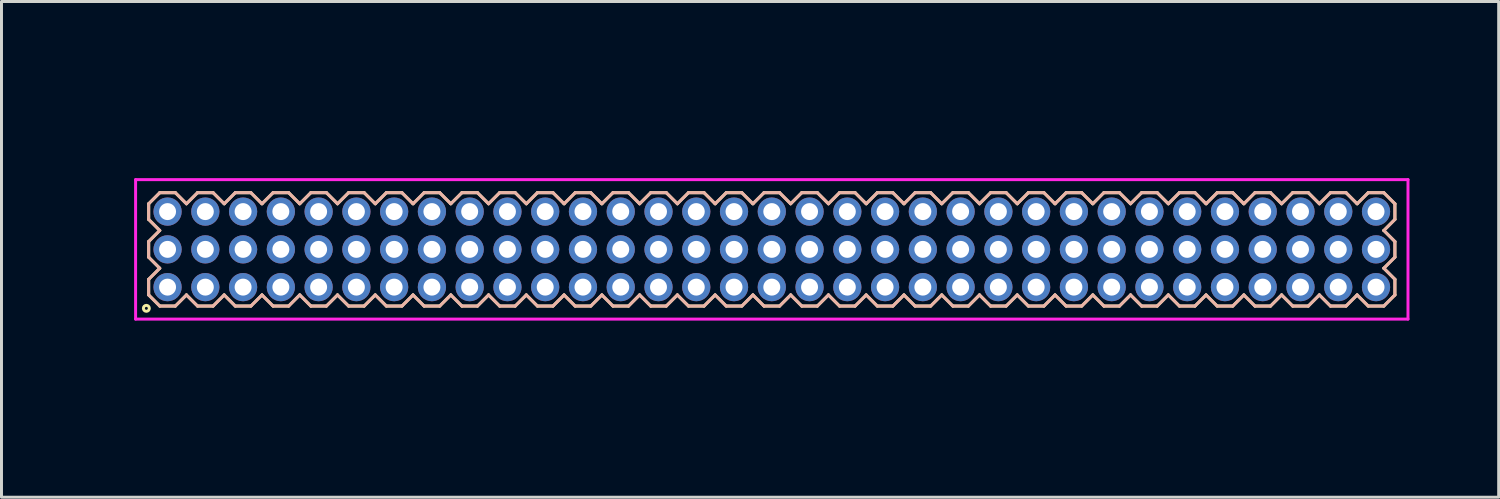
<source format=kicad_pcb>
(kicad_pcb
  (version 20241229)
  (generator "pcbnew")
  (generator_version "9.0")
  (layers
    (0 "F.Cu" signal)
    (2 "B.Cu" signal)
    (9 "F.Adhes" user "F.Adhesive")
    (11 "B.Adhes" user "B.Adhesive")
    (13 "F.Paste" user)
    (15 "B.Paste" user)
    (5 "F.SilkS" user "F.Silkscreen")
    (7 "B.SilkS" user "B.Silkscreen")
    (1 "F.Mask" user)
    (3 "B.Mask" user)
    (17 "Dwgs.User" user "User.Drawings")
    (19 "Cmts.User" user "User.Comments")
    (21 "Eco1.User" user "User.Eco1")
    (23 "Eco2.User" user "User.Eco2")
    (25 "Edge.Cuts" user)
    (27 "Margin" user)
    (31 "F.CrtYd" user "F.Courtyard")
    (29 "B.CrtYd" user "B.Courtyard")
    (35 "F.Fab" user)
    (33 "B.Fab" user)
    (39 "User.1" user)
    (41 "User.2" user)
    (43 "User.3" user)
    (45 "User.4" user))
  (footprint "HDR127P33x3"
    (layer "F.Cu")
    (at 22.905 5.336)
    (property "Reference" "HDR127P33x3" (at -22.145 0 90) (layer "User.1") (effects (font (size 1 1) (thickness 0.1))))
    (attr through_hole)
    (fp_line (start -20.955 -1.533) (end -20.583 -1.905) (stroke (width 0.1) (type solid)) (layer "F.SilkS"))
    (fp_line (start -20.955 -1.007) (end -20.955 -1.533) (stroke (width 0.1) (type solid)) (layer "F.SilkS"))
    (fp_line (start -20.955 -0.263) (end -20.583 -0.635) (stroke (width 0.1) (type solid)) (layer "F.SilkS"))
    (fp_line (start -20.955 0.263) (end -20.955 -0.263) (stroke (width 0.1) (type solid)) (layer "F.SilkS"))
    (fp_line (start -20.955 1.007) (end -20.583 0.635) (stroke (width 0.1) (type solid)) (layer "F.SilkS"))
    (fp_line (start -20.955 1.533) (end -20.955 1.007) (stroke (width 0.1) (type solid)) (layer "F.SilkS"))
    (fp_line (start -20.583 -1.905) (end -20.057 -1.905) (stroke (width 0.1) (type solid)) (layer "F.SilkS"))
    (fp_line (start -20.583 -0.635) (end -20.955 -1.007) (stroke (width 0.1) (type solid)) (layer "F.SilkS"))
    (fp_line (start -20.583 0.635) (end -20.955 0.263) (stroke (width 0.1) (type solid)) (layer "F.SilkS"))
    (fp_line (start -20.583 1.905) (end -20.955 1.533) (stroke (width 0.1) (type solid)) (layer "F.SilkS"))
    (fp_line (start -20.057 -1.905) (end -19.685 -1.533) (stroke (width 0.1) (type solid)) (layer "F.SilkS"))
    (fp_line (start -20.057 1.905) (end -20.583 1.905) (stroke (width 0.1) (type solid)) (layer "F.SilkS"))
    (fp_line (start -19.685 -1.533) (end -19.313 -1.905) (stroke (width 0.1) (type solid)) (layer "F.SilkS"))
    (fp_line (start -19.685 1.533) (end -20.057 1.905) (stroke (width 0.1) (type solid)) (layer "F.SilkS"))
    (fp_line (start -19.313 -1.905) (end -18.787 -1.905) (stroke (width 0.1) (type solid)) (layer "F.SilkS"))
    (fp_line (start -19.313 1.905) (end -19.685 1.533) (stroke (width 0.1) (type solid)) (layer "F.SilkS"))
    (fp_line (start -18.787 -1.905) (end -18.415 -1.533) (stroke (width 0.1) (type solid)) (layer "F.SilkS"))
    (fp_line (start -18.787 1.905) (end -19.313 1.905) (stroke (width 0.1) (type solid)) (layer "F.SilkS"))
    (fp_line (start -18.415 -1.533) (end -18.043 -1.905) (stroke (width 0.1) (type solid)) (layer "F.SilkS"))
    (fp_line (start -18.415 1.533) (end -18.787 1.905) (stroke (width 0.1) (type solid)) (layer "F.SilkS"))
    (fp_line (start -18.043 -1.905) (end -17.517 -1.905) (stroke (width 0.1) (type solid)) (layer "F.SilkS"))
    (fp_line (start -18.043 1.905) (end -18.415 1.533) (stroke (width 0.1) (type solid)) (layer "F.SilkS"))
    (fp_line (start -17.517 -1.905) (end -17.145 -1.533) (stroke (width 0.1) (type solid)) (layer "F.SilkS"))
    (fp_line (start -17.517 1.905) (end -18.043 1.905) (stroke (width 0.1) (type solid)) (layer "F.SilkS"))
    (fp_line (start -17.145 -1.533) (end -16.773 -1.905) (stroke (width 0.1) (type solid)) (layer "F.SilkS"))
    (fp_line (start -17.145 1.533) (end -17.517 1.905) (stroke (width 0.1) (type solid)) (layer "F.SilkS"))
    (fp_line (start -16.773 -1.905) (end -16.247 -1.905) (stroke (width 0.1) (type solid)) (layer "F.SilkS"))
    (fp_line (start -16.773 1.905) (end -17.145 1.533) (stroke (width 0.1) (type solid)) (layer "F.SilkS"))
    (fp_line (start -16.247 -1.905) (end -15.875 -1.533) (stroke (width 0.1) (type solid)) (layer "F.SilkS"))
    (fp_line (start -16.247 1.905) (end -16.773 1.905) (stroke (width 0.1) (type solid)) (layer "F.SilkS"))
    (fp_line (start -15.875 -1.533) (end -15.503 -1.905) (stroke (width 0.1) (type solid)) (layer "F.SilkS"))
    (fp_line (start -15.875 1.533) (end -16.247 1.905) (stroke (width 0.1) (type solid)) (layer "F.SilkS"))
    (fp_line (start -15.503 -1.905) (end -14.977 -1.905) (stroke (width 0.1) (type solid)) (layer "F.SilkS"))
    (fp_line (start -15.503 1.905) (end -15.875 1.533) (stroke (width 0.1) (type solid)) (layer "F.SilkS"))
    (fp_line (start -14.977 -1.905) (end -14.605 -1.533) (stroke (width 0.1) (type solid)) (layer "F.SilkS"))
    (fp_line (start -14.977 1.905) (end -15.503 1.905) (stroke (width 0.1) (type solid)) (layer "F.SilkS"))
    (fp_line (start -14.605 -1.533) (end -14.233 -1.905) (stroke (width 0.1) (type solid)) (layer "F.SilkS"))
    (fp_line (start -14.605 1.533) (end -14.977 1.905) (stroke (width 0.1) (type solid)) (layer "F.SilkS"))
    (fp_line (start -14.233 -1.905) (end -13.707 -1.905) (stroke (width 0.1) (type solid)) (layer "F.SilkS"))
    (fp_line (start -14.233 1.905) (end -14.605 1.533) (stroke (width 0.1) (type solid)) (layer "F.SilkS"))
    (fp_line (start -13.707 -1.905) (end -13.335 -1.533) (stroke (width 0.1) (type solid)) (layer "F.SilkS"))
    (fp_line (start -13.707 1.905) (end -14.233 1.905) (stroke (width 0.1) (type solid)) (layer "F.SilkS"))
    (fp_line (start -13.335 -1.533) (end -12.963 -1.905) (stroke (width 0.1) (type solid)) (layer "F.SilkS"))
    (fp_line (start -13.335 1.533) (end -13.707 1.905) (stroke (width 0.1) (type solid)) (layer "F.SilkS"))
    (fp_line (start -12.963 -1.905) (end -12.437 -1.905) (stroke (width 0.1) (type solid)) (layer "F.SilkS"))
    (fp_line (start -12.963 1.905) (end -13.335 1.533) (stroke (width 0.1) (type solid)) (layer "F.SilkS"))
    (fp_line (start -12.437 -1.905) (end -12.065 -1.533) (stroke (width 0.1) (type solid)) (layer "F.SilkS"))
    (fp_line (start -12.437 1.905) (end -12.963 1.905) (stroke (width 0.1) (type solid)) (layer "F.SilkS"))
    (fp_line (start -12.065 -1.533) (end -11.693 -1.905) (stroke (width 0.1) (type solid)) (layer "F.SilkS"))
    (fp_line (start -12.065 1.533) (end -12.437 1.905) (stroke (width 0.1) (type solid)) (layer "F.SilkS"))
    (fp_line (start -11.693 -1.905) (end -11.167 -1.905) (stroke (width 0.1) (type solid)) (layer "F.SilkS"))
    (fp_line (start -11.693 1.905) (end -12.065 1.533) (stroke (width 0.1) (type solid)) (layer "F.SilkS"))
    (fp_line (start -11.167 -1.905) (end -10.795 -1.533) (stroke (width 0.1) (type solid)) (layer "F.SilkS"))
    (fp_line (start -11.167 1.905) (end -11.693 1.905) (stroke (width 0.1) (type solid)) (layer "F.SilkS"))
    (fp_line (start -10.795 -1.533) (end -10.423 -1.905) (stroke (width 0.1) (type solid)) (layer "F.SilkS"))
    (fp_line (start -10.795 1.533) (end -11.167 1.905) (stroke (width 0.1) (type solid)) (layer "F.SilkS"))
    (fp_line (start -10.423 -1.905) (end -9.897 -1.905) (stroke (width 0.1) (type solid)) (layer "F.SilkS"))
    (fp_line (start -10.423 1.905) (end -10.795 1.533) (stroke (width 0.1) (type solid)) (layer "F.SilkS"))
    (fp_line (start -9.897 -1.905) (end -9.525 -1.533) (stroke (width 0.1) (type solid)) (layer "F.SilkS"))
    (fp_line (start -9.897 1.905) (end -10.423 1.905) (stroke (width 0.1) (type solid)) (layer "F.SilkS"))
    (fp_line (start -9.525 -1.533) (end -9.153 -1.905) (stroke (width 0.1) (type solid)) (layer "F.SilkS"))
    (fp_line (start -9.525 1.533) (end -9.897 1.905) (stroke (width 0.1) (type solid)) (layer "F.SilkS"))
    (fp_line (start -9.153 -1.905) (end -8.627 -1.905) (stroke (width 0.1) (type solid)) (layer "F.SilkS"))
    (fp_line (start -9.153 1.905) (end -9.525 1.533) (stroke (width 0.1) (type solid)) (layer "F.SilkS"))
    (fp_line (start -8.627 -1.905) (end -8.255 -1.533) (stroke (width 0.1) (type solid)) (layer "F.SilkS"))
    (fp_line (start -8.627 1.905) (end -9.153 1.905) (stroke (width 0.1) (type solid)) (layer "F.SilkS"))
    (fp_line (start -8.255 -1.533) (end -7.883 -1.905) (stroke (width 0.1) (type solid)) (layer "F.SilkS"))
    (fp_line (start -8.255 1.533) (end -8.627 1.905) (stroke (width 0.1) (type solid)) (layer "F.SilkS"))
    (fp_line (start -7.883 -1.905) (end -7.357 -1.905) (stroke (width 0.1) (type solid)) (layer "F.SilkS"))
    (fp_line (start -7.883 1.905) (end -8.255 1.533) (stroke (width 0.1) (type solid)) (layer "F.SilkS"))
    (fp_line (start -7.357 -1.905) (end -6.985 -1.533) (stroke (width 0.1) (type solid)) (layer "F.SilkS"))
    (fp_line (start -7.357 1.905) (end -7.883 1.905) (stroke (width 0.1) (type solid)) (layer "F.SilkS"))
    (fp_line (start -6.985 -1.533) (end -6.613 -1.905) (stroke (width 0.1) (type solid)) (layer "F.SilkS"))
    (fp_line (start -6.985 1.533) (end -7.357 1.905) (stroke (width 0.1) (type solid)) (layer "F.SilkS"))
    (fp_line (start -6.613 -1.905) (end -6.087 -1.905) (stroke (width 0.1) (type solid)) (layer "F.SilkS"))
    (fp_line (start -6.613 1.905) (end -6.985 1.533) (stroke (width 0.1) (type solid)) (layer "F.SilkS"))
    (fp_line (start -6.087 -1.905) (end -5.715 -1.533) (stroke (width 0.1) (type solid)) (layer "F.SilkS"))
    (fp_line (start -6.087 1.905) (end -6.613 1.905) (stroke (width 0.1) (type solid)) (layer "F.SilkS"))
    (fp_line (start -5.715 -1.533) (end -5.343 -1.905) (stroke (width 0.1) (type solid)) (layer "F.SilkS"))
    (fp_line (start -5.715 1.533) (end -6.087 1.905) (stroke (width 0.1) (type solid)) (layer "F.SilkS"))
    (fp_line (start -5.343 -1.905) (end -4.817 -1.905) (stroke (width 0.1) (type solid)) (layer "F.SilkS"))
    (fp_line (start -5.343 1.905) (end -5.715 1.533) (stroke (width 0.1) (type solid)) (layer "F.SilkS"))
    (fp_line (start -4.817 -1.905) (end -4.445 -1.533) (stroke (width 0.1) (type solid)) (layer "F.SilkS"))
    (fp_line (start -4.817 1.905) (end -5.343 1.905) (stroke (width 0.1) (type solid)) (layer "F.SilkS"))
    (fp_line (start -4.445 -1.533) (end -4.073 -1.905) (stroke (width 0.1) (type solid)) (layer "F.SilkS"))
    (fp_line (start -4.445 1.533) (end -4.817 1.905) (stroke (width 0.1) (type solid)) (layer "F.SilkS"))
    (fp_line (start -4.073 -1.905) (end -3.547 -1.905) (stroke (width 0.1) (type solid)) (layer "F.SilkS"))
    (fp_line (start -4.073 1.905) (end -4.445 1.533) (stroke (width 0.1) (type solid)) (layer "F.SilkS"))
    (fp_line (start -3.547 -1.905) (end -3.175 -1.533) (stroke (width 0.1) (type solid)) (layer "F.SilkS"))
    (fp_line (start -3.547 1.905) (end -4.073 1.905) (stroke (width 0.1) (type solid)) (layer "F.SilkS"))
    (fp_line (start -3.175 -1.533) (end -2.803 -1.905) (stroke (width 0.1) (type solid)) (layer "F.SilkS"))
    (fp_line (start -3.175 1.533) (end -3.547 1.905) (stroke (width 0.1) (type solid)) (layer "F.SilkS"))
    (fp_line (start -2.803 -1.905) (end -2.277 -1.905) (stroke (width 0.1) (type solid)) (layer "F.SilkS"))
    (fp_line (start -2.803 1.905) (end -3.175 1.533) (stroke (width 0.1) (type solid)) (layer "F.SilkS"))
    (fp_line (start -2.277 -1.905) (end -1.905 -1.533) (stroke (width 0.1) (type solid)) (layer "F.SilkS"))
    (fp_line (start -2.277 1.905) (end -2.803 1.905) (stroke (width 0.1) (type solid)) (layer "F.SilkS"))
    (fp_line (start -1.905 -1.533) (end -1.533 -1.905) (stroke (width 0.1) (type solid)) (layer "F.SilkS"))
    (fp_line (start -1.905 1.533) (end -2.277 1.905) (stroke (width 0.1) (type solid)) (layer "F.SilkS"))
    (fp_line (start -1.533 -1.905) (end -1.007 -1.905) (stroke (width 0.1) (type solid)) (layer "F.SilkS"))
    (fp_line (start -1.533 1.905) (end -1.905 1.533) (stroke (width 0.1) (type solid)) (layer "F.SilkS"))
    (fp_line (start -1.007 -1.905) (end -0.635 -1.533) (stroke (width 0.1) (type solid)) (layer "F.SilkS"))
    (fp_line (start -1.007 1.905) (end -1.533 1.905) (stroke (width 0.1) (type solid)) (layer "F.SilkS"))
    (fp_line (start -0.635 -1.533) (end -0.263 -1.905) (stroke (width 0.1) (type solid)) (layer "F.SilkS"))
    (fp_line (start -0.635 1.533) (end -1.007 1.905) (stroke (width 0.1) (type solid)) (layer "F.SilkS"))
    (fp_line (start -0.263 -1.905) (end 0.263 -1.905) (stroke (width 0.1) (type solid)) (layer "F.SilkS"))
    (fp_line (start -0.263 1.905) (end -0.635 1.533) (stroke (width 0.1) (type solid)) (layer "F.SilkS"))
    (fp_line (start 0.263 -1.905) (end 0.635 -1.533) (stroke (width 0.1) (type solid)) (layer "F.SilkS"))
    (fp_line (start 0.263 1.905) (end -0.263 1.905) (stroke (width 0.1) (type solid)) (layer "F.SilkS"))
    (fp_line (start 0.635 -1.533) (end 1.007 -1.905) (stroke (width 0.1) (type solid)) (layer "F.SilkS"))
    (fp_line (start 0.635 1.533) (end 0.263 1.905) (stroke (width 0.1) (type solid)) (layer "F.SilkS"))
    (fp_line (start 1.007 -1.905) (end 1.533 -1.905) (stroke (width 0.1) (type solid)) (layer "F.SilkS"))
    (fp_line (start 1.007 1.905) (end 0.635 1.533) (stroke (width 0.1) (type solid)) (layer "F.SilkS"))
    (fp_line (start 1.533 -1.905) (end 1.905 -1.533) (stroke (width 0.1) (type solid)) (layer "F.SilkS"))
    (fp_line (start 1.533 1.905) (end 1.007 1.905) (stroke (width 0.1) (type solid)) (layer "F.SilkS"))
    (fp_line (start 1.905 -1.533) (end 2.277 -1.905) (stroke (width 0.1) (type solid)) (layer "F.SilkS"))
    (fp_line (start 1.905 1.533) (end 1.533 1.905) (stroke (width 0.1) (type solid)) (layer "F.SilkS"))
    (fp_line (start 2.277 -1.905) (end 2.803 -1.905) (stroke (width 0.1) (type solid)) (layer "F.SilkS"))
    (fp_line (start 2.277 1.905) (end 1.905 1.533) (stroke (width 0.1) (type solid)) (layer "F.SilkS"))
    (fp_line (start 2.803 -1.905) (end 3.175 -1.533) (stroke (width 0.1) (type solid)) (layer "F.SilkS"))
    (fp_line (start 2.803 1.905) (end 2.277 1.905) (stroke (width 0.1) (type solid)) (layer "F.SilkS"))
    (fp_line (start 3.175 -1.533) (end 3.547 -1.905) (stroke (width 0.1) (type solid)) (layer "F.SilkS"))
    (fp_line (start 3.175 1.533) (end 2.803 1.905) (stroke (width 0.1) (type solid)) (layer "F.SilkS"))
    (fp_line (start 3.547 -1.905) (end 4.073 -1.905) (stroke (width 0.1) (type solid)) (layer "F.SilkS"))
    (fp_line (start 3.547 1.905) (end 3.175 1.533) (stroke (width 0.1) (type solid)) (layer "F.SilkS"))
    (fp_line (start 4.073 -1.905) (end 4.445 -1.533) (stroke (width 0.1) (type solid)) (layer "F.SilkS"))
    (fp_line (start 4.073 1.905) (end 3.547 1.905) (stroke (width 0.1) (type solid)) (layer "F.SilkS"))
    (fp_line (start 4.445 -1.533) (end 4.817 -1.905) (stroke (width 0.1) (type solid)) (layer "F.SilkS"))
    (fp_line (start 4.445 1.533) (end 4.073 1.905) (stroke (width 0.1) (type solid)) (layer "F.SilkS"))
    (fp_line (start 4.817 -1.905) (end 5.343 -1.905) (stroke (width 0.1) (type solid)) (layer "F.SilkS"))
    (fp_line (start 4.817 1.905) (end 4.445 1.533) (stroke (width 0.1) (type solid)) (layer "F.SilkS"))
    (fp_line (start 5.343 -1.905) (end 5.715 -1.533) (stroke (width 0.1) (type solid)) (layer "F.SilkS"))
    (fp_line (start 5.343 1.905) (end 4.817 1.905) (stroke (width 0.1) (type solid)) (layer "F.SilkS"))
    (fp_line (start 5.715 -1.533) (end 6.087 -1.905) (stroke (width 0.1) (type solid)) (layer "F.SilkS"))
    (fp_line (start 5.715 1.533) (end 5.343 1.905) (stroke (width 0.1) (type solid)) (layer "F.SilkS"))
    (fp_line (start 6.087 -1.905) (end 6.613 -1.905) (stroke (width 0.1) (type solid)) (layer "F.SilkS"))
    (fp_line (start 6.087 1.905) (end 5.715 1.533) (stroke (width 0.1) (type solid)) (layer "F.SilkS"))
    (fp_line (start 6.613 -1.905) (end 6.985 -1.533) (stroke (width 0.1) (type solid)) (layer "F.SilkS"))
    (fp_line (start 6.613 1.905) (end 6.087 1.905) (stroke (width 0.1) (type solid)) (layer "F.SilkS"))
    (fp_line (start 6.985 -1.533) (end 7.357 -1.905) (stroke (width 0.1) (type solid)) (layer "F.SilkS"))
    (fp_line (start 6.985 1.533) (end 6.613 1.905) (stroke (width 0.1) (type solid)) (layer "F.SilkS"))
    (fp_line (start 7.357 -1.905) (end 7.883 -1.905) (stroke (width 0.1) (type solid)) (layer "F.SilkS"))
    (fp_line (start 7.357 1.905) (end 6.985 1.533) (stroke (width 0.1) (type solid)) (layer "F.SilkS"))
    (fp_line (start 7.883 -1.905) (end 8.255 -1.533) (stroke (width 0.1) (type solid)) (layer "F.SilkS"))
    (fp_line (start 7.883 1.905) (end 7.357 1.905) (stroke (width 0.1) (type solid)) (layer "F.SilkS"))
    (fp_line (start 8.255 -1.533) (end 8.627 -1.905) (stroke (width 0.1) (type solid)) (layer "F.SilkS"))
    (fp_line (start 8.255 1.533) (end 7.883 1.905) (stroke (width 0.1) (type solid)) (layer "F.SilkS"))
    (fp_line (start 8.627 -1.905) (end 9.153 -1.905) (stroke (width 0.1) (type solid)) (layer "F.SilkS"))
    (fp_line (start 8.627 1.905) (end 8.255 1.533) (stroke (width 0.1) (type solid)) (layer "F.SilkS"))
    (fp_line (start 9.153 -1.905) (end 9.525 -1.533) (stroke (width 0.1) (type solid)) (layer "F.SilkS"))
    (fp_line (start 9.153 1.905) (end 8.627 1.905) (stroke (width 0.1) (type solid)) (layer "F.SilkS"))
    (fp_line (start 9.525 -1.533) (end 9.897 -1.905) (stroke (width 0.1) (type solid)) (layer "F.SilkS"))
    (fp_line (start 9.525 1.533) (end 9.153 1.905) (stroke (width 0.1) (type solid)) (layer "F.SilkS"))
    (fp_line (start 9.897 -1.905) (end 10.423 -1.905) (stroke (width 0.1) (type solid)) (layer "F.SilkS"))
    (fp_line (start 9.897 1.905) (end 9.525 1.533) (stroke (width 0.1) (type solid)) (layer "F.SilkS"))
    (fp_line (start 10.423 -1.905) (end 10.795 -1.533) (stroke (width 0.1) (type solid)) (layer "F.SilkS"))
    (fp_line (start 10.423 1.905) (end 9.897 1.905) (stroke (width 0.1) (type solid)) (layer "F.SilkS"))
    (fp_line (start 10.795 -1.533) (end 11.167 -1.905) (stroke (width 0.1) (type solid)) (layer "F.SilkS"))
    (fp_line (start 10.795 1.533) (end 10.423 1.905) (stroke (width 0.1) (type solid)) (layer "F.SilkS"))
    (fp_line (start 11.167 -1.905) (end 11.693 -1.905) (stroke (width 0.1) (type solid)) (layer "F.SilkS"))
    (fp_line (start 11.167 1.905) (end 10.795 1.533) (stroke (width 0.1) (type solid)) (layer "F.SilkS"))
    (fp_line (start 11.693 -1.905) (end 12.065 -1.533) (stroke (width 0.1) (type solid)) (layer "F.SilkS"))
    (fp_line (start 11.693 1.905) (end 11.167 1.905) (stroke (width 0.1) (type solid)) (layer "F.SilkS"))
    (fp_line (start 12.065 -1.533) (end 12.437 -1.905) (stroke (width 0.1) (type solid)) (layer "F.SilkS"))
    (fp_line (start 12.065 1.533) (end 11.693 1.905) (stroke (width 0.1) (type solid)) (layer "F.SilkS"))
    (fp_line (start 12.437 -1.905) (end 12.963 -1.905) (stroke (width 0.1) (type solid)) (layer "F.SilkS"))
    (fp_line (start 12.437 1.905) (end 12.065 1.533) (stroke (width 0.1) (type solid)) (layer "F.SilkS"))
    (fp_line (start 12.963 -1.905) (end 13.335 -1.533) (stroke (width 0.1) (type solid)) (layer "F.SilkS"))
    (fp_line (start 12.963 1.905) (end 12.437 1.905) (stroke (width 0.1) (type solid)) (layer "F.SilkS"))
    (fp_line (start 13.335 -1.533) (end 13.707 -1.905) (stroke (width 0.1) (type solid)) (layer "F.SilkS"))
    (fp_line (start 13.335 1.533) (end 12.963 1.905) (stroke (width 0.1) (type solid)) (layer "F.SilkS"))
    (fp_line (start 13.707 -1.905) (end 14.233 -1.905) (stroke (width 0.1) (type solid)) (layer "F.SilkS"))
    (fp_line (start 13.707 1.905) (end 13.335 1.533) (stroke (width 0.1) (type solid)) (layer "F.SilkS"))
    (fp_line (start 14.233 -1.905) (end 14.605 -1.533) (stroke (width 0.1) (type solid)) (layer "F.SilkS"))
    (fp_line (start 14.233 1.905) (end 13.707 1.905) (stroke (width 0.1) (type solid)) (layer "F.SilkS"))
    (fp_line (start 14.605 -1.533) (end 14.977 -1.905) (stroke (width 0.1) (type solid)) (layer "F.SilkS"))
    (fp_line (start 14.605 1.533) (end 14.233 1.905) (stroke (width 0.1) (type solid)) (layer "F.SilkS"))
    (fp_line (start 14.977 -1.905) (end 15.503 -1.905) (stroke (width 0.1) (type solid)) (layer "F.SilkS"))
    (fp_line (start 14.977 1.905) (end 14.605 1.533) (stroke (width 0.1) (type solid)) (layer "F.SilkS"))
    (fp_line (start 15.503 -1.905) (end 15.875 -1.533) (stroke (width 0.1) (type solid)) (layer "F.SilkS"))
    (fp_line (start 15.503 1.905) (end 14.977 1.905) (stroke (width 0.1) (type solid)) (layer "F.SilkS"))
    (fp_line (start 15.875 -1.533) (end 16.247 -1.905) (stroke (width 0.1) (type solid)) (layer "F.SilkS"))
    (fp_line (start 15.875 1.533) (end 15.503 1.905) (stroke (width 0.1) (type solid)) (layer "F.SilkS"))
    (fp_line (start 16.247 -1.905) (end 16.773 -1.905) (stroke (width 0.1) (type solid)) (layer "F.SilkS"))
    (fp_line (start 16.247 1.905) (end 15.875 1.533) (stroke (width 0.1) (type solid)) (layer "F.SilkS"))
    (fp_line (start 16.773 -1.905) (end 17.145 -1.533) (stroke (width 0.1) (type solid)) (layer "F.SilkS"))
    (fp_line (start 16.773 1.905) (end 16.247 1.905) (stroke (width 0.1) (type solid)) (layer "F.SilkS"))
    (fp_line (start 17.145 -1.533) (end 17.517 -1.905) (stroke (width 0.1) (type solid)) (layer "F.SilkS"))
    (fp_line (start 17.145 1.533) (end 16.773 1.905) (stroke (width 0.1) (type solid)) (layer "F.SilkS"))
    (fp_line (start 17.517 -1.905) (end 18.043 -1.905) (stroke (width 0.1) (type solid)) (layer "F.SilkS"))
    (fp_line (start 17.517 1.905) (end 17.145 1.533) (stroke (width 0.1) (type solid)) (layer "F.SilkS"))
    (fp_line (start 18.043 -1.905) (end 18.415 -1.533) (stroke (width 0.1) (type solid)) (layer "F.SilkS"))
    (fp_line (start 18.043 1.905) (end 17.517 1.905) (stroke (width 0.1) (type solid)) (layer "F.SilkS"))
    (fp_line (start 18.415 -1.533) (end 18.787 -1.905) (stroke (width 0.1) (type solid)) (layer "F.SilkS"))
    (fp_line (start 18.415 1.533) (end 18.043 1.905) (stroke (width 0.1) (type solid)) (layer "F.SilkS"))
    (fp_line (start 18.787 -1.905) (end 19.313 -1.905) (stroke (width 0.1) (type solid)) (layer "F.SilkS"))
    (fp_line (start 18.787 1.905) (end 18.415 1.533) (stroke (width 0.1) (type solid)) (layer "F.SilkS"))
    (fp_line (start 19.313 -1.905) (end 19.685 -1.533) (stroke (width 0.1) (type solid)) (layer "F.SilkS"))
    (fp_line (start 19.313 1.905) (end 18.787 1.905) (stroke (width 0.1) (type solid)) (layer "F.SilkS"))
    (fp_line (start 19.685 -1.533) (end 20.057 -1.905) (stroke (width 0.1) (type solid)) (layer "F.SilkS"))
    (fp_line (start 19.685 1.533) (end 19.313 1.905) (stroke (width 0.1) (type solid)) (layer "F.SilkS"))
    (fp_line (start 20.057 -1.905) (end 20.583 -1.905) (stroke (width 0.1) (type solid)) (layer "F.SilkS"))
    (fp_line (start 20.057 1.905) (end 19.685 1.533) (stroke (width 0.1) (type solid)) (layer "F.SilkS"))
    (fp_line (start 20.583 -1.905) (end 20.955 -1.533) (stroke (width 0.1) (type solid)) (layer "F.SilkS"))
    (fp_line (start 20.583 -0.635) (end 20.955 -0.263) (stroke (width 0.1) (type solid)) (layer "F.SilkS"))
    (fp_line (start 20.583 0.635) (end 20.955 1.007) (stroke (width 0.1) (type solid)) (layer "F.SilkS"))
    (fp_line (start 20.583 1.905) (end 20.057 1.905) (stroke (width 0.1) (type solid)) (layer "F.SilkS"))
    (fp_line (start 20.955 -1.533) (end 20.955 -1.007) (stroke (width 0.1) (type solid)) (layer "F.SilkS"))
    (fp_line (start 20.955 -1.007) (end 20.583 -0.635) (stroke (width 0.1) (type solid)) (layer "F.SilkS"))
    (fp_line (start 20.955 -0.263) (end 20.955 0.263) (stroke (width 0.1) (type solid)) (layer "F.SilkS"))
    (fp_line (start 20.955 0.263) (end 20.583 0.635) (stroke (width 0.1) (type solid)) (layer "F.SilkS"))
    (fp_line (start 20.955 1.007) (end 20.955 1.533) (stroke (width 0.1) (type solid)) (layer "F.SilkS"))
    (fp_line (start 20.955 1.533) (end 20.583 1.905) (stroke (width 0.1) (type solid)) (layer "F.SilkS"))
    (fp_circle (center -21.033 1.983) (end -20.933 1.983) (stroke (width 0.1) (type solid)) (fill no) (layer "F.SilkS"))
    (fp_line (start -20.955 -1.533) (end -20.583 -1.905) (stroke (width 0.1) (type solid)) (layer "B.SilkS"))
    (fp_line (start -20.955 -1.007) (end -20.955 -1.533) (stroke (width 0.1) (type solid)) (layer "B.SilkS"))
    (fp_line (start -20.955 -0.263) (end -20.583 -0.635) (stroke (width 0.1) (type solid)) (layer "B.SilkS"))
    (fp_line (start -20.955 0.263) (end -20.955 -0.263) (stroke (width 0.1) (type solid)) (layer "B.SilkS"))
    (fp_line (start -20.955 1.007) (end -20.583 0.635) (stroke (width 0.1) (type solid)) (layer "B.SilkS"))
    (fp_line (start -20.955 1.533) (end -20.955 1.007) (stroke (width 0.1) (type solid)) (layer "B.SilkS"))
    (fp_line (start -20.583 -1.905) (end -20.057 -1.905) (stroke (width 0.1) (type solid)) (layer "B.SilkS"))
    (fp_line (start -20.583 -0.635) (end -20.955 -1.007) (stroke (width 0.1) (type solid)) (layer "B.SilkS"))
    (fp_line (start -20.583 0.635) (end -20.955 0.263) (stroke (width 0.1) (type solid)) (layer "B.SilkS"))
    (fp_line (start -20.583 1.905) (end -20.955 1.533) (stroke (width 0.1) (type solid)) (layer "B.SilkS"))
    (fp_line (start -20.057 -1.905) (end -19.685 -1.533) (stroke (width 0.1) (type solid)) (layer "B.SilkS"))
    (fp_line (start -20.057 1.905) (end -20.583 1.905) (stroke (width 0.1) (type solid)) (layer "B.SilkS"))
    (fp_line (start -19.685 -1.533) (end -19.313 -1.905) (stroke (width 0.1) (type solid)) (layer "B.SilkS"))
    (fp_line (start -19.685 1.533) (end -20.057 1.905) (stroke (width 0.1) (type solid)) (layer "B.SilkS"))
    (fp_line (start -19.313 -1.905) (end -18.787 -1.905) (stroke (width 0.1) (type solid)) (layer "B.SilkS"))
    (fp_line (start -19.313 1.905) (end -19.685 1.533) (stroke (width 0.1) (type solid)) (layer "B.SilkS"))
    (fp_line (start -18.787 -1.905) (end -18.415 -1.533) (stroke (width 0.1) (type solid)) (layer "B.SilkS"))
    (fp_line (start -18.787 1.905) (end -19.313 1.905) (stroke (width 0.1) (type solid)) (layer "B.SilkS"))
    (fp_line (start -18.415 -1.533) (end -18.043 -1.905) (stroke (width 0.1) (type solid)) (layer "B.SilkS"))
    (fp_line (start -18.415 1.533) (end -18.787 1.905) (stroke (width 0.1) (type solid)) (layer "B.SilkS"))
    (fp_line (start -18.043 -1.905) (end -17.517 -1.905) (stroke (width 0.1) (type solid)) (layer "B.SilkS"))
    (fp_line (start -18.043 1.905) (end -18.415 1.533) (stroke (width 0.1) (type solid)) (layer "B.SilkS"))
    (fp_line (start -17.517 -1.905) (end -17.145 -1.533) (stroke (width 0.1) (type solid)) (layer "B.SilkS"))
    (fp_line (start -17.517 1.905) (end -18.043 1.905) (stroke (width 0.1) (type solid)) (layer "B.SilkS"))
    (fp_line (start -17.145 -1.533) (end -16.773 -1.905) (stroke (width 0.1) (type solid)) (layer "B.SilkS"))
    (fp_line (start -17.145 1.533) (end -17.517 1.905) (stroke (width 0.1) (type solid)) (layer "B.SilkS"))
    (fp_line (start -16.773 -1.905) (end -16.247 -1.905) (stroke (width 0.1) (type solid)) (layer "B.SilkS"))
    (fp_line (start -16.773 1.905) (end -17.145 1.533) (stroke (width 0.1) (type solid)) (layer "B.SilkS"))
    (fp_line (start -16.247 -1.905) (end -15.875 -1.533) (stroke (width 0.1) (type solid)) (layer "B.SilkS"))
    (fp_line (start -16.247 1.905) (end -16.773 1.905) (stroke (width 0.1) (type solid)) (layer "B.SilkS"))
    (fp_line (start -15.875 -1.533) (end -15.503 -1.905) (stroke (width 0.1) (type solid)) (layer "B.SilkS"))
    (fp_line (start -15.875 1.533) (end -16.247 1.905) (stroke (width 0.1) (type solid)) (layer "B.SilkS"))
    (fp_line (start -15.503 -1.905) (end -14.977 -1.905) (stroke (width 0.1) (type solid)) (layer "B.SilkS"))
    (fp_line (start -15.503 1.905) (end -15.875 1.533) (stroke (width 0.1) (type solid)) (layer "B.SilkS"))
    (fp_line (start -14.977 -1.905) (end -14.605 -1.533) (stroke (width 0.1) (type solid)) (layer "B.SilkS"))
    (fp_line (start -14.977 1.905) (end -15.503 1.905) (stroke (width 0.1) (type solid)) (layer "B.SilkS"))
    (fp_line (start -14.605 -1.533) (end -14.233 -1.905) (stroke (width 0.1) (type solid)) (layer "B.SilkS"))
    (fp_line (start -14.605 1.533) (end -14.977 1.905) (stroke (width 0.1) (type solid)) (layer "B.SilkS"))
    (fp_line (start -14.233 -1.905) (end -13.707 -1.905) (stroke (width 0.1) (type solid)) (layer "B.SilkS"))
    (fp_line (start -14.233 1.905) (end -14.605 1.533) (stroke (width 0.1) (type solid)) (layer "B.SilkS"))
    (fp_line (start -13.707 -1.905) (end -13.335 -1.533) (stroke (width 0.1) (type solid)) (layer "B.SilkS"))
    (fp_line (start -13.707 1.905) (end -14.233 1.905) (stroke (width 0.1) (type solid)) (layer "B.SilkS"))
    (fp_line (start -13.335 -1.533) (end -12.963 -1.905) (stroke (width 0.1) (type solid)) (layer "B.SilkS"))
    (fp_line (start -13.335 1.533) (end -13.707 1.905) (stroke (width 0.1) (type solid)) (layer "B.SilkS"))
    (fp_line (start -12.963 -1.905) (end -12.437 -1.905) (stroke (width 0.1) (type solid)) (layer "B.SilkS"))
    (fp_line (start -12.963 1.905) (end -13.335 1.533) (stroke (width 0.1) (type solid)) (layer "B.SilkS"))
    (fp_line (start -12.437 -1.905) (end -12.065 -1.533) (stroke (width 0.1) (type solid)) (layer "B.SilkS"))
    (fp_line (start -12.437 1.905) (end -12.963 1.905) (stroke (width 0.1) (type solid)) (layer "B.SilkS"))
    (fp_line (start -12.065 -1.533) (end -11.693 -1.905) (stroke (width 0.1) (type solid)) (layer "B.SilkS"))
    (fp_line (start -12.065 1.533) (end -12.437 1.905) (stroke (width 0.1) (type solid)) (layer "B.SilkS"))
    (fp_line (start -11.693 -1.905) (end -11.167 -1.905) (stroke (width 0.1) (type solid)) (layer "B.SilkS"))
    (fp_line (start -11.693 1.905) (end -12.065 1.533) (stroke (width 0.1) (type solid)) (layer "B.SilkS"))
    (fp_line (start -11.167 -1.905) (end -10.795 -1.533) (stroke (width 0.1) (type solid)) (layer "B.SilkS"))
    (fp_line (start -11.167 1.905) (end -11.693 1.905) (stroke (width 0.1) (type solid)) (layer "B.SilkS"))
    (fp_line (start -10.795 -1.533) (end -10.423 -1.905) (stroke (width 0.1) (type solid)) (layer "B.SilkS"))
    (fp_line (start -10.795 1.533) (end -11.167 1.905) (stroke (width 0.1) (type solid)) (layer "B.SilkS"))
    (fp_line (start -10.423 -1.905) (end -9.897 -1.905) (stroke (width 0.1) (type solid)) (layer "B.SilkS"))
    (fp_line (start -10.423 1.905) (end -10.795 1.533) (stroke (width 0.1) (type solid)) (layer "B.SilkS"))
    (fp_line (start -9.897 -1.905) (end -9.525 -1.533) (stroke (width 0.1) (type solid)) (layer "B.SilkS"))
    (fp_line (start -9.897 1.905) (end -10.423 1.905) (stroke (width 0.1) (type solid)) (layer "B.SilkS"))
    (fp_line (start -9.525 -1.533) (end -9.153 -1.905) (stroke (width 0.1) (type solid)) (layer "B.SilkS"))
    (fp_line (start -9.525 1.533) (end -9.897 1.905) (stroke (width 0.1) (type solid)) (layer "B.SilkS"))
    (fp_line (start -9.153 -1.905) (end -8.627 -1.905) (stroke (width 0.1) (type solid)) (layer "B.SilkS"))
    (fp_line (start -9.153 1.905) (end -9.525 1.533) (stroke (width 0.1) (type solid)) (layer "B.SilkS"))
    (fp_line (start -8.627 -1.905) (end -8.255 -1.533) (stroke (width 0.1) (type solid)) (layer "B.SilkS"))
    (fp_line (start -8.627 1.905) (end -9.153 1.905) (stroke (width 0.1) (type solid)) (layer "B.SilkS"))
    (fp_line (start -8.255 -1.533) (end -7.883 -1.905) (stroke (width 0.1) (type solid)) (layer "B.SilkS"))
    (fp_line (start -8.255 1.533) (end -8.627 1.905) (stroke (width 0.1) (type solid)) (layer "B.SilkS"))
    (fp_line (start -7.883 -1.905) (end -7.357 -1.905) (stroke (width 0.1) (type solid)) (layer "B.SilkS"))
    (fp_line (start -7.883 1.905) (end -8.255 1.533) (stroke (width 0.1) (type solid)) (layer "B.SilkS"))
    (fp_line (start -7.357 -1.905) (end -6.985 -1.533) (stroke (width 0.1) (type solid)) (layer "B.SilkS"))
    (fp_line (start -7.357 1.905) (end -7.883 1.905) (stroke (width 0.1) (type solid)) (layer "B.SilkS"))
    (fp_line (start -6.985 -1.533) (end -6.613 -1.905) (stroke (width 0.1) (type solid)) (layer "B.SilkS"))
    (fp_line (start -6.985 1.533) (end -7.357 1.905) (stroke (width 0.1) (type solid)) (layer "B.SilkS"))
    (fp_line (start -6.613 -1.905) (end -6.087 -1.905) (stroke (width 0.1) (type solid)) (layer "B.SilkS"))
    (fp_line (start -6.613 1.905) (end -6.985 1.533) (stroke (width 0.1) (type solid)) (layer "B.SilkS"))
    (fp_line (start -6.087 -1.905) (end -5.715 -1.533) (stroke (width 0.1) (type solid)) (layer "B.SilkS"))
    (fp_line (start -6.087 1.905) (end -6.613 1.905) (stroke (width 0.1) (type solid)) (layer "B.SilkS"))
    (fp_line (start -5.715 -1.533) (end -5.343 -1.905) (stroke (width 0.1) (type solid)) (layer "B.SilkS"))
    (fp_line (start -5.715 1.533) (end -6.087 1.905) (stroke (width 0.1) (type solid)) (layer "B.SilkS"))
    (fp_line (start -5.343 -1.905) (end -4.817 -1.905) (stroke (width 0.1) (type solid)) (layer "B.SilkS"))
    (fp_line (start -5.343 1.905) (end -5.715 1.533) (stroke (width 0.1) (type solid)) (layer "B.SilkS"))
    (fp_line (start -4.817 -1.905) (end -4.445 -1.533) (stroke (width 0.1) (type solid)) (layer "B.SilkS"))
    (fp_line (start -4.817 1.905) (end -5.343 1.905) (stroke (width 0.1) (type solid)) (layer "B.SilkS"))
    (fp_line (start -4.445 -1.533) (end -4.073 -1.905) (stroke (width 0.1) (type solid)) (layer "B.SilkS"))
    (fp_line (start -4.445 1.533) (end -4.817 1.905) (stroke (width 0.1) (type solid)) (layer "B.SilkS"))
    (fp_line (start -4.073 -1.905) (end -3.547 -1.905) (stroke (width 0.1) (type solid)) (layer "B.SilkS"))
    (fp_line (start -4.073 1.905) (end -4.445 1.533) (stroke (width 0.1) (type solid)) (layer "B.SilkS"))
    (fp_line (start -3.547 -1.905) (end -3.175 -1.533) (stroke (width 0.1) (type solid)) (layer "B.SilkS"))
    (fp_line (start -3.547 1.905) (end -4.073 1.905) (stroke (width 0.1) (type solid)) (layer "B.SilkS"))
    (fp_line (start -3.175 -1.533) (end -2.803 -1.905) (stroke (width 0.1) (type solid)) (layer "B.SilkS"))
    (fp_line (start -3.175 1.533) (end -3.547 1.905) (stroke (width 0.1) (type solid)) (layer "B.SilkS"))
    (fp_line (start -2.803 -1.905) (end -2.277 -1.905) (stroke (width 0.1) (type solid)) (layer "B.SilkS"))
    (fp_line (start -2.803 1.905) (end -3.175 1.533) (stroke (width 0.1) (type solid)) (layer "B.SilkS"))
    (fp_line (start -2.277 -1.905) (end -1.905 -1.533) (stroke (width 0.1) (type solid)) (layer "B.SilkS"))
    (fp_line (start -2.277 1.905) (end -2.803 1.905) (stroke (width 0.1) (type solid)) (layer "B.SilkS"))
    (fp_line (start -1.905 -1.533) (end -1.533 -1.905) (stroke (width 0.1) (type solid)) (layer "B.SilkS"))
    (fp_line (start -1.905 1.533) (end -2.277 1.905) (stroke (width 0.1) (type solid)) (layer "B.SilkS"))
    (fp_line (start -1.533 -1.905) (end -1.007 -1.905) (stroke (width 0.1) (type solid)) (layer "B.SilkS"))
    (fp_line (start -1.533 1.905) (end -1.905 1.533) (stroke (width 0.1) (type solid)) (layer "B.SilkS"))
    (fp_line (start -1.007 -1.905) (end -0.635 -1.533) (stroke (width 0.1) (type solid)) (layer "B.SilkS"))
    (fp_line (start -1.007 1.905) (end -1.533 1.905) (stroke (width 0.1) (type solid)) (layer "B.SilkS"))
    (fp_line (start -0.635 -1.533) (end -0.263 -1.905) (stroke (width 0.1) (type solid)) (layer "B.SilkS"))
    (fp_line (start -0.635 1.533) (end -1.007 1.905) (stroke (width 0.1) (type solid)) (layer "B.SilkS"))
    (fp_line (start -0.263 -1.905) (end 0.263 -1.905) (stroke (width 0.1) (type solid)) (layer "B.SilkS"))
    (fp_line (start -0.263 1.905) (end -0.635 1.533) (stroke (width 0.1) (type solid)) (layer "B.SilkS"))
    (fp_line (start 0.263 -1.905) (end 0.635 -1.533) (stroke (width 0.1) (type solid)) (layer "B.SilkS"))
    (fp_line (start 0.263 1.905) (end -0.263 1.905) (stroke (width 0.1) (type solid)) (layer "B.SilkS"))
    (fp_line (start 0.635 -1.533) (end 1.007 -1.905) (stroke (width 0.1) (type solid)) (layer "B.SilkS"))
    (fp_line (start 0.635 1.533) (end 0.263 1.905) (stroke (width 0.1) (type solid)) (layer "B.SilkS"))
    (fp_line (start 1.007 -1.905) (end 1.533 -1.905) (stroke (width 0.1) (type solid)) (layer "B.SilkS"))
    (fp_line (start 1.007 1.905) (end 0.635 1.533) (stroke (width 0.1) (type solid)) (layer "B.SilkS"))
    (fp_line (start 1.533 -1.905) (end 1.905 -1.533) (stroke (width 0.1) (type solid)) (layer "B.SilkS"))
    (fp_line (start 1.533 1.905) (end 1.007 1.905) (stroke (width 0.1) (type solid)) (layer "B.SilkS"))
    (fp_line (start 1.905 -1.533) (end 2.277 -1.905) (stroke (width 0.1) (type solid)) (layer "B.SilkS"))
    (fp_line (start 1.905 1.533) (end 1.533 1.905) (stroke (width 0.1) (type solid)) (layer "B.SilkS"))
    (fp_line (start 2.277 -1.905) (end 2.803 -1.905) (stroke (width 0.1) (type solid)) (layer "B.SilkS"))
    (fp_line (start 2.277 1.905) (end 1.905 1.533) (stroke (width 0.1) (type solid)) (layer "B.SilkS"))
    (fp_line (start 2.803 -1.905) (end 3.175 -1.533) (stroke (width 0.1) (type solid)) (layer "B.SilkS"))
    (fp_line (start 2.803 1.905) (end 2.277 1.905) (stroke (width 0.1) (type solid)) (layer "B.SilkS"))
    (fp_line (start 3.175 -1.533) (end 3.547 -1.905) (stroke (width 0.1) (type solid)) (layer "B.SilkS"))
    (fp_line (start 3.175 1.533) (end 2.803 1.905) (stroke (width 0.1) (type solid)) (layer "B.SilkS"))
    (fp_line (start 3.547 -1.905) (end 4.073 -1.905) (stroke (width 0.1) (type solid)) (layer "B.SilkS"))
    (fp_line (start 3.547 1.905) (end 3.175 1.533) (stroke (width 0.1) (type solid)) (layer "B.SilkS"))
    (fp_line (start 4.073 -1.905) (end 4.445 -1.533) (stroke (width 0.1) (type solid)) (layer "B.SilkS"))
    (fp_line (start 4.073 1.905) (end 3.547 1.905) (stroke (width 0.1) (type solid)) (layer "B.SilkS"))
    (fp_line (start 4.445 -1.533) (end 4.817 -1.905) (stroke (width 0.1) (type solid)) (layer "B.SilkS"))
    (fp_line (start 4.445 1.533) (end 4.073 1.905) (stroke (width 0.1) (type solid)) (layer "B.SilkS"))
    (fp_line (start 4.817 -1.905) (end 5.343 -1.905) (stroke (width 0.1) (type solid)) (layer "B.SilkS"))
    (fp_line (start 4.817 1.905) (end 4.445 1.533) (stroke (width 0.1) (type solid)) (layer "B.SilkS"))
    (fp_line (start 5.343 -1.905) (end 5.715 -1.533) (stroke (width 0.1) (type solid)) (layer "B.SilkS"))
    (fp_line (start 5.343 1.905) (end 4.817 1.905) (stroke (width 0.1) (type solid)) (layer "B.SilkS"))
    (fp_line (start 5.715 -1.533) (end 6.087 -1.905) (stroke (width 0.1) (type solid)) (layer "B.SilkS"))
    (fp_line (start 5.715 1.533) (end 5.343 1.905) (stroke (width 0.1) (type solid)) (layer "B.SilkS"))
    (fp_line (start 6.087 -1.905) (end 6.613 -1.905) (stroke (width 0.1) (type solid)) (layer "B.SilkS"))
    (fp_line (start 6.087 1.905) (end 5.715 1.533) (stroke (width 0.1) (type solid)) (layer "B.SilkS"))
    (fp_line (start 6.613 -1.905) (end 6.985 -1.533) (stroke (width 0.1) (type solid)) (layer "B.SilkS"))
    (fp_line (start 6.613 1.905) (end 6.087 1.905) (stroke (width 0.1) (type solid)) (layer "B.SilkS"))
    (fp_line (start 6.985 -1.533) (end 7.357 -1.905) (stroke (width 0.1) (type solid)) (layer "B.SilkS"))
    (fp_line (start 6.985 1.533) (end 6.613 1.905) (stroke (width 0.1) (type solid)) (layer "B.SilkS"))
    (fp_line (start 7.357 -1.905) (end 7.883 -1.905) (stroke (width 0.1) (type solid)) (layer "B.SilkS"))
    (fp_line (start 7.357 1.905) (end 6.985 1.533) (stroke (width 0.1) (type solid)) (layer "B.SilkS"))
    (fp_line (start 7.883 -1.905) (end 8.255 -1.533) (stroke (width 0.1) (type solid)) (layer "B.SilkS"))
    (fp_line (start 7.883 1.905) (end 7.357 1.905) (stroke (width 0.1) (type solid)) (layer "B.SilkS"))
    (fp_line (start 8.255 -1.533) (end 8.627 -1.905) (stroke (width 0.1) (type solid)) (layer "B.SilkS"))
    (fp_line (start 8.255 1.533) (end 7.883 1.905) (stroke (width 0.1) (type solid)) (layer "B.SilkS"))
    (fp_line (start 8.627 -1.905) (end 9.153 -1.905) (stroke (width 0.1) (type solid)) (layer "B.SilkS"))
    (fp_line (start 8.627 1.905) (end 8.255 1.533) (stroke (width 0.1) (type solid)) (layer "B.SilkS"))
    (fp_line (start 9.153 -1.905) (end 9.525 -1.533) (stroke (width 0.1) (type solid)) (layer "B.SilkS"))
    (fp_line (start 9.153 1.905) (end 8.627 1.905) (stroke (width 0.1) (type solid)) (layer "B.SilkS"))
    (fp_line (start 9.525 -1.533) (end 9.897 -1.905) (stroke (width 0.1) (type solid)) (layer "B.SilkS"))
    (fp_line (start 9.525 1.533) (end 9.153 1.905) (stroke (width 0.1) (type solid)) (layer "B.SilkS"))
    (fp_line (start 9.897 -1.905) (end 10.423 -1.905) (stroke (width 0.1) (type solid)) (layer "B.SilkS"))
    (fp_line (start 9.897 1.905) (end 9.525 1.533) (stroke (width 0.1) (type solid)) (layer "B.SilkS"))
    (fp_line (start 10.423 -1.905) (end 10.795 -1.533) (stroke (width 0.1) (type solid)) (layer "B.SilkS"))
    (fp_line (start 10.423 1.905) (end 9.897 1.905) (stroke (width 0.1) (type solid)) (layer "B.SilkS"))
    (fp_line (start 10.795 -1.533) (end 11.167 -1.905) (stroke (width 0.1) (type solid)) (layer "B.SilkS"))
    (fp_line (start 10.795 1.533) (end 10.423 1.905) (stroke (width 0.1) (type solid)) (layer "B.SilkS"))
    (fp_line (start 11.167 -1.905) (end 11.693 -1.905) (stroke (width 0.1) (type solid)) (layer "B.SilkS"))
    (fp_line (start 11.167 1.905) (end 10.795 1.533) (stroke (width 0.1) (type solid)) (layer "B.SilkS"))
    (fp_line (start 11.693 -1.905) (end 12.065 -1.533) (stroke (width 0.1) (type solid)) (layer "B.SilkS"))
    (fp_line (start 11.693 1.905) (end 11.167 1.905) (stroke (width 0.1) (type solid)) (layer "B.SilkS"))
    (fp_line (start 12.065 -1.533) (end 12.437 -1.905) (stroke (width 0.1) (type solid)) (layer "B.SilkS"))
    (fp_line (start 12.065 1.533) (end 11.693 1.905) (stroke (width 0.1) (type solid)) (layer "B.SilkS"))
    (fp_line (start 12.437 -1.905) (end 12.963 -1.905) (stroke (width 0.1) (type solid)) (layer "B.SilkS"))
    (fp_line (start 12.437 1.905) (end 12.065 1.533) (stroke (width 0.1) (type solid)) (layer "B.SilkS"))
    (fp_line (start 12.963 -1.905) (end 13.335 -1.533) (stroke (width 0.1) (type solid)) (layer "B.SilkS"))
    (fp_line (start 12.963 1.905) (end 12.437 1.905) (stroke (width 0.1) (type solid)) (layer "B.SilkS"))
    (fp_line (start 13.335 -1.533) (end 13.707 -1.905) (stroke (width 0.1) (type solid)) (layer "B.SilkS"))
    (fp_line (start 13.335 1.533) (end 12.963 1.905) (stroke (width 0.1) (type solid)) (layer "B.SilkS"))
    (fp_line (start 13.707 -1.905) (end 14.233 -1.905) (stroke (width 0.1) (type solid)) (layer "B.SilkS"))
    (fp_line (start 13.707 1.905) (end 13.335 1.533) (stroke (width 0.1) (type solid)) (layer "B.SilkS"))
    (fp_line (start 14.233 -1.905) (end 14.605 -1.533) (stroke (width 0.1) (type solid)) (layer "B.SilkS"))
    (fp_line (start 14.233 1.905) (end 13.707 1.905) (stroke (width 0.1) (type solid)) (layer "B.SilkS"))
    (fp_line (start 14.605 -1.533) (end 14.977 -1.905) (stroke (width 0.1) (type solid)) (layer "B.SilkS"))
    (fp_line (start 14.605 1.533) (end 14.233 1.905) (stroke (width 0.1) (type solid)) (layer "B.SilkS"))
    (fp_line (start 14.977 -1.905) (end 15.503 -1.905) (stroke (width 0.1) (type solid)) (layer "B.SilkS"))
    (fp_line (start 14.977 1.905) (end 14.605 1.533) (stroke (width 0.1) (type solid)) (layer "B.SilkS"))
    (fp_line (start 15.503 -1.905) (end 15.875 -1.533) (stroke (width 0.1) (type solid)) (layer "B.SilkS"))
    (fp_line (start 15.503 1.905) (end 14.977 1.905) (stroke (width 0.1) (type solid)) (layer "B.SilkS"))
    (fp_line (start 15.875 -1.533) (end 16.247 -1.905) (stroke (width 0.1) (type solid)) (layer "B.SilkS"))
    (fp_line (start 15.875 1.533) (end 15.503 1.905) (stroke (width 0.1) (type solid)) (layer "B.SilkS"))
    (fp_line (start 16.247 -1.905) (end 16.773 -1.905) (stroke (width 0.1) (type solid)) (layer "B.SilkS"))
    (fp_line (start 16.247 1.905) (end 15.875 1.533) (stroke (width 0.1) (type solid)) (layer "B.SilkS"))
    (fp_line (start 16.773 -1.905) (end 17.145 -1.533) (stroke (width 0.1) (type solid)) (layer "B.SilkS"))
    (fp_line (start 16.773 1.905) (end 16.247 1.905) (stroke (width 0.1) (type solid)) (layer "B.SilkS"))
    (fp_line (start 17.145 -1.533) (end 17.517 -1.905) (stroke (width 0.1) (type solid)) (layer "B.SilkS"))
    (fp_line (start 17.145 1.533) (end 16.773 1.905) (stroke (width 0.1) (type solid)) (layer "B.SilkS"))
    (fp_line (start 17.517 -1.905) (end 18.043 -1.905) (stroke (width 0.1) (type solid)) (layer "B.SilkS"))
    (fp_line (start 17.517 1.905) (end 17.145 1.533) (stroke (width 0.1) (type solid)) (layer "B.SilkS"))
    (fp_line (start 18.043 -1.905) (end 18.415 -1.533) (stroke (width 0.1) (type solid)) (layer "B.SilkS"))
    (fp_line (start 18.043 1.905) (end 17.517 1.905) (stroke (width 0.1) (type solid)) (layer "B.SilkS"))
    (fp_line (start 18.415 -1.533) (end 18.787 -1.905) (stroke (width 0.1) (type solid)) (layer "B.SilkS"))
    (fp_line (start 18.415 1.533) (end 18.043 1.905) (stroke (width 0.1) (type solid)) (layer "B.SilkS"))
    (fp_line (start 18.787 -1.905) (end 19.313 -1.905) (stroke (width 0.1) (type solid)) (layer "B.SilkS"))
    (fp_line (start 18.787 1.905) (end 18.415 1.533) (stroke (width 0.1) (type solid)) (layer "B.SilkS"))
    (fp_line (start 19.313 -1.905) (end 19.685 -1.533) (stroke (width 0.1) (type solid)) (layer "B.SilkS"))
    (fp_line (start 19.313 1.905) (end 18.787 1.905) (stroke (width 0.1) (type solid)) (layer "B.SilkS"))
    (fp_line (start 19.685 -1.533) (end 20.057 -1.905) (stroke (width 0.1) (type solid)) (layer "B.SilkS"))
    (fp_line (start 19.685 1.533) (end 19.313 1.905) (stroke (width 0.1) (type solid)) (layer "B.SilkS"))
    (fp_line (start 20.057 -1.905) (end 20.583 -1.905) (stroke (width 0.1) (type solid)) (layer "B.SilkS"))
    (fp_line (start 20.057 1.905) (end 19.685 1.533) (stroke (width 0.1) (type solid)) (layer "B.SilkS"))
    (fp_line (start 20.583 -1.905) (end 20.955 -1.533) (stroke (width 0.1) (type solid)) (layer "B.SilkS"))
    (fp_line (start 20.583 -0.635) (end 20.955 -0.263) (stroke (width 0.1) (type solid)) (layer "B.SilkS"))
    (fp_line (start 20.583 0.635) (end 20.955 1.007) (stroke (width 0.1) (type solid)) (layer "B.SilkS"))
    (fp_line (start 20.583 1.905) (end 20.057 1.905) (stroke (width 0.1) (type solid)) (layer "B.SilkS"))
    (fp_line (start 20.955 -1.533) (end 20.955 -1.007) (stroke (width 0.1) (type solid)) (layer "B.SilkS"))
    (fp_line (start 20.955 -1.007) (end 20.583 -0.635) (stroke (width 0.1) (type solid)) (layer "B.SilkS"))
    (fp_line (start 20.955 -0.263) (end 20.955 0.263) (stroke (width 0.1) (type solid)) (layer "B.SilkS"))
    (fp_line (start 20.955 0.263) (end 20.583 0.635) (stroke (width 0.1) (type solid)) (layer "B.SilkS"))
    (fp_line (start 20.955 1.007) (end 20.955 1.533) (stroke (width 0.1) (type solid)) (layer "B.SilkS"))
    (fp_line (start 20.955 1.533) (end 20.583 1.905) (stroke (width 0.1) (type solid)) (layer "B.SilkS"))
    (fp_line (start -21.395 -2.345) (end -21.395 2.345) (stroke (width 0.1) (type solid)) (layer "F.CrtYd"))
    (fp_line (start -21.395 2.345) (end 21.395 2.345) (stroke (width 0.1) (type solid)) (layer "F.CrtYd"))
    (fp_line (start 21.395 -2.345) (end -21.395 -2.345) (stroke (width 0.1) (type solid)) (layer "F.CrtYd"))
    (fp_line (start 21.395 2.345) (end 21.395 -2.345) (stroke (width 0.1) (type solid)) (layer "F.CrtYd"))
    (pad "1" thru_hole oval (at -20.32 1.27) (size 0.95 0.95) (drill 0.57) (layers "*.Cu" "*.Mask"))
    (pad "2" thru_hole oval (at -20.32 0) (size 0.95 0.95) (drill 0.57) (layers "*.Cu" "*.Mask"))
    (pad "3" thru_hole oval (at -20.32 -1.27) (size 0.95 0.95) (drill 0.57) (layers "*.Cu" "*.Mask"))
    (pad "4" thru_hole oval (at -19.05 1.27) (size 0.95 0.95) (drill 0.57) (layers "*.Cu" "*.Mask"))
    (pad "5" thru_hole oval (at -19.05 0) (size 0.95 0.95) (drill 0.57) (layers "*.Cu" "*.Mask"))
    (pad "6" thru_hole oval (at -19.05 -1.27) (size 0.95 0.95) (drill 0.57) (layers "*.Cu" "*.Mask"))
    (pad "7" thru_hole oval (at -17.78 1.27) (size 0.95 0.95) (drill 0.57) (layers "*.Cu" "*.Mask"))
    (pad "8" thru_hole oval (at -17.78 0) (size 0.95 0.95) (drill 0.57) (layers "*.Cu" "*.Mask"))
    (pad "9" thru_hole oval (at -17.78 -1.27) (size 0.95 0.95) (drill 0.57) (layers "*.Cu" "*.Mask"))
    (pad "10" thru_hole oval (at -16.51 1.27) (size 0.95 0.95) (drill 0.57) (layers "*.Cu" "*.Mask"))
    (pad "11" thru_hole oval (at -16.51 0) (size 0.95 0.95) (drill 0.57) (layers "*.Cu" "*.Mask"))
    (pad "12" thru_hole oval (at -16.51 -1.27) (size 0.95 0.95) (drill 0.57) (layers "*.Cu" "*.Mask"))
    (pad "13" thru_hole oval (at -15.24 1.27) (size 0.95 0.95) (drill 0.57) (layers "*.Cu" "*.Mask"))
    (pad "14" thru_hole oval (at -15.24 0) (size 0.95 0.95) (drill 0.57) (layers "*.Cu" "*.Mask"))
    (pad "15" thru_hole oval (at -15.24 -1.27) (size 0.95 0.95) (drill 0.57) (layers "*.Cu" "*.Mask"))
    (pad "16" thru_hole oval (at -13.97 1.27) (size 0.95 0.95) (drill 0.57) (layers "*.Cu" "*.Mask"))
    (pad "17" thru_hole oval (at -13.97 0) (size 0.95 0.95) (drill 0.57) (layers "*.Cu" "*.Mask"))
    (pad "18" thru_hole oval (at -13.97 -1.27) (size 0.95 0.95) (drill 0.57) (layers "*.Cu" "*.Mask"))
    (pad "19" thru_hole oval (at -12.7 1.27) (size 0.95 0.95) (drill 0.57) (layers "*.Cu" "*.Mask"))
    (pad "20" thru_hole oval (at -12.7 0) (size 0.95 0.95) (drill 0.57) (layers "*.Cu" "*.Mask"))
    (pad "21" thru_hole oval (at -12.7 -1.27) (size 0.95 0.95) (drill 0.57) (layers "*.Cu" "*.Mask"))
    (pad "22" thru_hole oval (at -11.43 1.27) (size 0.95 0.95) (drill 0.57) (layers "*.Cu" "*.Mask"))
    (pad "23" thru_hole oval (at -11.43 0) (size 0.95 0.95) (drill 0.57) (layers "*.Cu" "*.Mask"))
    (pad "24" thru_hole oval (at -11.43 -1.27) (size 0.95 0.95) (drill 0.57) (layers "*.Cu" "*.Mask"))
    (pad "25" thru_hole oval (at -10.16 1.27) (size 0.95 0.95) (drill 0.57) (layers "*.Cu" "*.Mask"))
    (pad "26" thru_hole oval (at -10.16 0) (size 0.95 0.95) (drill 0.57) (layers "*.Cu" "*.Mask"))
    (pad "27" thru_hole oval (at -10.16 -1.27) (size 0.95 0.95) (drill 0.57) (layers "*.Cu" "*.Mask"))
    (pad "28" thru_hole oval (at -8.89 1.27) (size 0.95 0.95) (drill 0.57) (layers "*.Cu" "*.Mask"))
    (pad "29" thru_hole oval (at -8.89 0) (size 0.95 0.95) (drill 0.57) (layers "*.Cu" "*.Mask"))
    (pad "30" thru_hole oval (at -8.89 -1.27) (size 0.95 0.95) (drill 0.57) (layers "*.Cu" "*.Mask"))
    (pad "31" thru_hole oval (at -7.62 1.27) (size 0.95 0.95) (drill 0.57) (layers "*.Cu" "*.Mask"))
    (pad "32" thru_hole oval (at -7.62 0) (size 0.95 0.95) (drill 0.57) (layers "*.Cu" "*.Mask"))
    (pad "33" thru_hole oval (at -7.62 -1.27) (size 0.95 0.95) (drill 0.57) (layers "*.Cu" "*.Mask"))
    (pad "34" thru_hole oval (at -6.35 1.27) (size 0.95 0.95) (drill 0.57) (layers "*.Cu" "*.Mask"))
    (pad "35" thru_hole oval (at -6.35 0) (size 0.95 0.95) (drill 0.57) (layers "*.Cu" "*.Mask"))
    (pad "36" thru_hole oval (at -6.35 -1.27) (size 0.95 0.95) (drill 0.57) (layers "*.Cu" "*.Mask"))
    (pad "37" thru_hole oval (at -5.08 1.27) (size 0.95 0.95) (drill 0.57) (layers "*.Cu" "*.Mask"))
    (pad "38" thru_hole oval (at -5.08 0) (size 0.95 0.95) (drill 0.57) (layers "*.Cu" "*.Mask"))
    (pad "39" thru_hole oval (at -5.08 -1.27) (size 0.95 0.95) (drill 0.57) (layers "*.Cu" "*.Mask"))
    (pad "40" thru_hole oval (at -3.81 1.27) (size 0.95 0.95) (drill 0.57) (layers "*.Cu" "*.Mask"))
    (pad "41" thru_hole oval (at -3.81 0) (size 0.95 0.95) (drill 0.57) (layers "*.Cu" "*.Mask"))
    (pad "42" thru_hole oval (at -3.81 -1.27) (size 0.95 0.95) (drill 0.57) (layers "*.Cu" "*.Mask"))
    (pad "43" thru_hole oval (at -2.54 1.27) (size 0.95 0.95) (drill 0.57) (layers "*.Cu" "*.Mask"))
    (pad "44" thru_hole oval (at -2.54 0) (size 0.95 0.95) (drill 0.57) (layers "*.Cu" "*.Mask"))
    (pad "45" thru_hole oval (at -2.54 -1.27) (size 0.95 0.95) (drill 0.57) (layers "*.Cu" "*.Mask"))
    (pad "46" thru_hole oval (at -1.27 1.27) (size 0.95 0.95) (drill 0.57) (layers "*.Cu" "*.Mask"))
    (pad "47" thru_hole oval (at -1.27 0) (size 0.95 0.95) (drill 0.57) (layers "*.Cu" "*.Mask"))
    (pad "48" thru_hole oval (at -1.27 -1.27) (size 0.95 0.95) (drill 0.57) (layers "*.Cu" "*.Mask"))
    (pad "49" thru_hole oval (at 0 1.27) (size 0.95 0.95) (drill 0.57) (layers "*.Cu" "*.Mask"))
    (pad "50" thru_hole oval (at 0 0) (size 0.95 0.95) (drill 0.57) (layers "*.Cu" "*.Mask"))
    (pad "51" thru_hole oval (at 0 -1.27) (size 0.95 0.95) (drill 0.57) (layers "*.Cu" "*.Mask"))
    (pad "52" thru_hole oval (at 1.27 1.27) (size 0.95 0.95) (drill 0.57) (layers "*.Cu" "*.Mask"))
    (pad "53" thru_hole oval (at 1.27 0) (size 0.95 0.95) (drill 0.57) (layers "*.Cu" "*.Mask"))
    (pad "54" thru_hole oval (at 1.27 -1.27) (size 0.95 0.95) (drill 0.57) (layers "*.Cu" "*.Mask"))
    (pad "55" thru_hole oval (at 2.54 1.27) (size 0.95 0.95) (drill 0.57) (layers "*.Cu" "*.Mask"))
    (pad "56" thru_hole oval (at 2.54 0) (size 0.95 0.95) (drill 0.57) (layers "*.Cu" "*.Mask"))
    (pad "57" thru_hole oval (at 2.54 -1.27) (size 0.95 0.95) (drill 0.57) (layers "*.Cu" "*.Mask"))
    (pad "58" thru_hole oval (at 3.81 1.27) (size 0.95 0.95) (drill 0.57) (layers "*.Cu" "*.Mask"))
    (pad "59" thru_hole oval (at 3.81 0) (size 0.95 0.95) (drill 0.57) (layers "*.Cu" "*.Mask"))
    (pad "60" thru_hole oval (at 3.81 -1.27) (size 0.95 0.95) (drill 0.57) (layers "*.Cu" "*.Mask"))
    (pad "61" thru_hole oval (at 5.08 1.27) (size 0.95 0.95) (drill 0.57) (layers "*.Cu" "*.Mask"))
    (pad "62" thru_hole oval (at 5.08 0) (size 0.95 0.95) (drill 0.57) (layers "*.Cu" "*.Mask"))
    (pad "63" thru_hole oval (at 5.08 -1.27) (size 0.95 0.95) (drill 0.57) (layers "*.Cu" "*.Mask"))
    (pad "64" thru_hole oval (at 6.35 1.27) (size 0.95 0.95) (drill 0.57) (layers "*.Cu" "*.Mask"))
    (pad "65" thru_hole oval (at 6.35 0) (size 0.95 0.95) (drill 0.57) (layers "*.Cu" "*.Mask"))
    (pad "66" thru_hole oval (at 6.35 -1.27) (size 0.95 0.95) (drill 0.57) (layers "*.Cu" "*.Mask"))
    (pad "67" thru_hole oval (at 7.62 1.27) (size 0.95 0.95) (drill 0.57) (layers "*.Cu" "*.Mask"))
    (pad "68" thru_hole oval (at 7.62 0) (size 0.95 0.95) (drill 0.57) (layers "*.Cu" "*.Mask"))
    (pad "69" thru_hole oval (at 7.62 -1.27) (size 0.95 0.95) (drill 0.57) (layers "*.Cu" "*.Mask"))
    (pad "70" thru_hole oval (at 8.89 1.27) (size 0.95 0.95) (drill 0.57) (layers "*.Cu" "*.Mask"))
    (pad "71" thru_hole oval (at 8.89 0) (size 0.95 0.95) (drill 0.57) (layers "*.Cu" "*.Mask"))
    (pad "72" thru_hole oval (at 8.89 -1.27) (size 0.95 0.95) (drill 0.57) (layers "*.Cu" "*.Mask"))
    (pad "73" thru_hole oval (at 10.16 1.27) (size 0.95 0.95) (drill 0.57) (layers "*.Cu" "*.Mask"))
    (pad "74" thru_hole oval (at 10.16 0) (size 0.95 0.95) (drill 0.57) (layers "*.Cu" "*.Mask"))
    (pad "75" thru_hole oval (at 10.16 -1.27) (size 0.95 0.95) (drill 0.57) (layers "*.Cu" "*.Mask"))
    (pad "76" thru_hole oval (at 11.43 1.27) (size 0.95 0.95) (drill 0.57) (layers "*.Cu" "*.Mask"))
    (pad "77" thru_hole oval (at 11.43 0) (size 0.95 0.95) (drill 0.57) (layers "*.Cu" "*.Mask"))
    (pad "78" thru_hole oval (at 11.43 -1.27) (size 0.95 0.95) (drill 0.57) (layers "*.Cu" "*.Mask"))
    (pad "79" thru_hole oval (at 12.7 1.27) (size 0.95 0.95) (drill 0.57) (layers "*.Cu" "*.Mask"))
    (pad "80" thru_hole oval (at 12.7 0) (size 0.95 0.95) (drill 0.57) (layers "*.Cu" "*.Mask"))
    (pad "81" thru_hole oval (at 12.7 -1.27) (size 0.95 0.95) (drill 0.57) (layers "*.Cu" "*.Mask"))
    (pad "82" thru_hole oval (at 13.97 1.27) (size 0.95 0.95) (drill 0.57) (layers "*.Cu" "*.Mask"))
    (pad "83" thru_hole oval (at 13.97 0) (size 0.95 0.95) (drill 0.57) (layers "*.Cu" "*.Mask"))
    (pad "84" thru_hole oval (at 13.97 -1.27) (size 0.95 0.95) (drill 0.57) (layers "*.Cu" "*.Mask"))
    (pad "85" thru_hole oval (at 15.24 1.27) (size 0.95 0.95) (drill 0.57) (layers "*.Cu" "*.Mask"))
    (pad "86" thru_hole oval (at 15.24 0) (size 0.95 0.95) (drill 0.57) (layers "*.Cu" "*.Mask"))
    (pad "87" thru_hole oval (at 15.24 -1.27) (size 0.95 0.95) (drill 0.57) (layers "*.Cu" "*.Mask"))
    (pad "88" thru_hole oval (at 16.51 1.27) (size 0.95 0.95) (drill 0.57) (layers "*.Cu" "*.Mask"))
    (pad "89" thru_hole oval (at 16.51 0) (size 0.95 0.95) (drill 0.57) (layers "*.Cu" "*.Mask"))
    (pad "90" thru_hole oval (at 16.51 -1.27) (size 0.95 0.95) (drill 0.57) (layers "*.Cu" "*.Mask"))
    (pad "91" thru_hole oval (at 17.78 1.27) (size 0.95 0.95) (drill 0.57) (layers "*.Cu" "*.Mask"))
    (pad "92" thru_hole oval (at 17.78 0) (size 0.95 0.95) (drill 0.57) (layers "*.Cu" "*.Mask"))
    (pad "93" thru_hole oval (at 17.78 -1.27) (size 0.95 0.95) (drill 0.57) (layers "*.Cu" "*.Mask"))
    (pad "94" thru_hole oval (at 19.05 1.27) (size 0.95 0.95) (drill 0.57) (layers "*.Cu" "*.Mask"))
    (pad "95" thru_hole oval (at 19.05 0) (size 0.95 0.95) (drill 0.57) (layers "*.Cu" "*.Mask"))
    (pad "96" thru_hole oval (at 19.05 -1.27) (size 0.95 0.95) (drill 0.57) (layers "*.Cu" "*.Mask"))
    (pad "97" thru_hole oval (at 20.32 1.27) (size 0.95 0.95) (drill 0.57) (layers "*.Cu" "*.Mask"))
    (pad "98" thru_hole oval (at 20.32 0) (size 0.95 0.95) (drill 0.57) (layers "*.Cu" "*.Mask"))
    (pad "99" thru_hole oval (at 20.32 -1.27) (size 0.95 0.95) (drill 0.57) (layers "*.Cu" "*.Mask")))
  (gr_rect
    (start -3 -3)
    (end 47.35 13.671)
    (stroke (width 0.1) (type default))
    (fill no)
    (layer "Edge.Cuts")))
</source>
